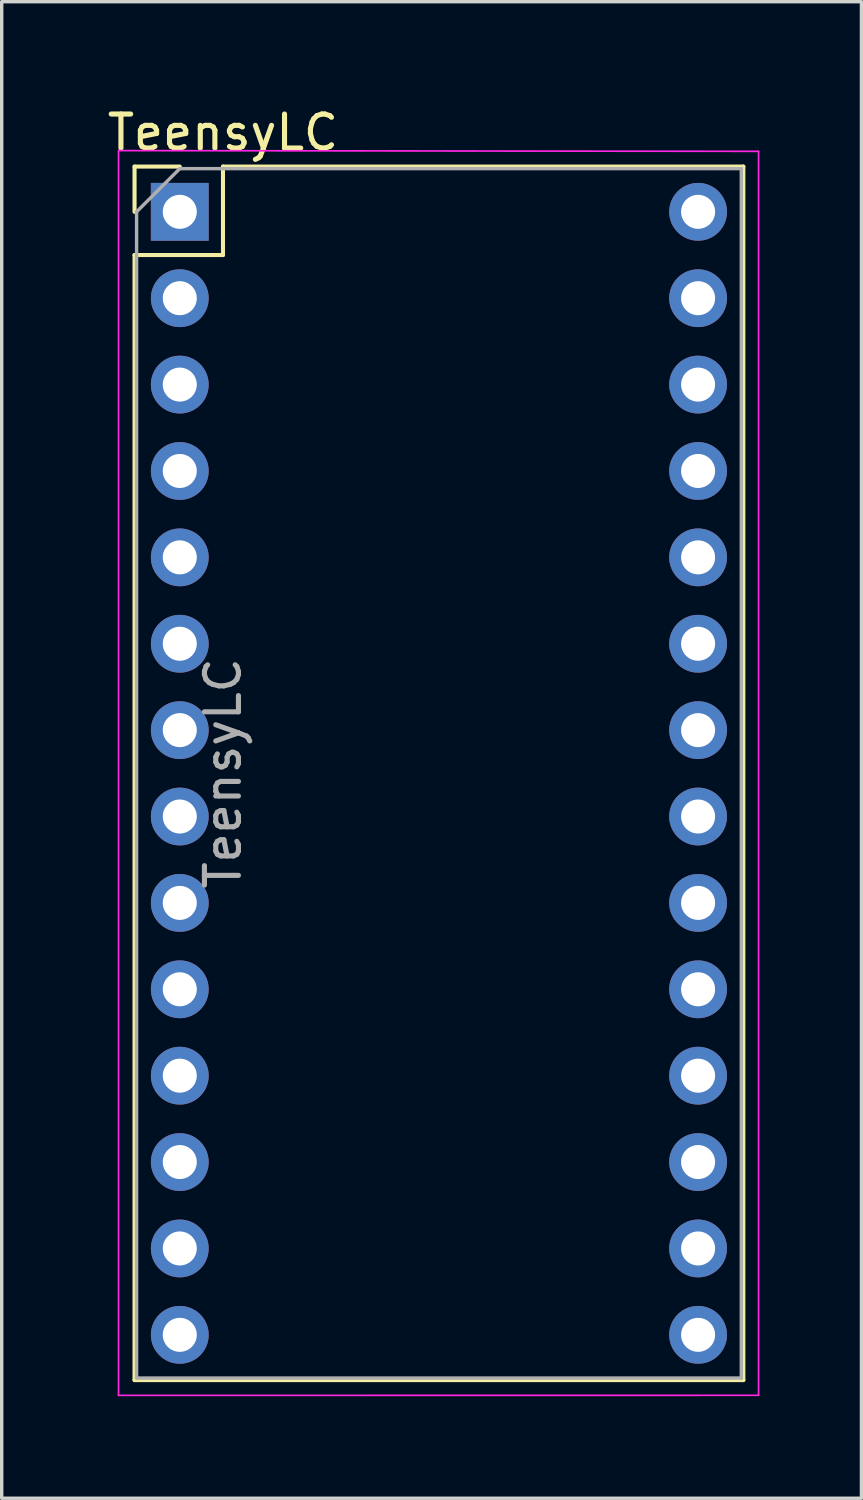
<source format=kicad_pcb>
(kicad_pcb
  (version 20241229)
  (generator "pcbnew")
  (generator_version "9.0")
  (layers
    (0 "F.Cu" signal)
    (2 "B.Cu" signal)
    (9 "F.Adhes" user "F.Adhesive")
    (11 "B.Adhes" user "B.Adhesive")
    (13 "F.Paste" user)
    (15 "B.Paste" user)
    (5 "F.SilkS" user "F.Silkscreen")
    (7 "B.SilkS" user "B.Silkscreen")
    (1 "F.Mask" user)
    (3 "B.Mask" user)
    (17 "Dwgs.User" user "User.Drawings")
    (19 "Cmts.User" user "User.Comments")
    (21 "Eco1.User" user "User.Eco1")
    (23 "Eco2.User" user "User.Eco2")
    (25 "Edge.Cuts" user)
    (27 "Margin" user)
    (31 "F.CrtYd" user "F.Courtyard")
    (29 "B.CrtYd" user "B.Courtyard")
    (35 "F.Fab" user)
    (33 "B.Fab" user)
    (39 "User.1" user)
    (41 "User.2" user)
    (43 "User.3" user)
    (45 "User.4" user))
  (footprint "TeensyLC"
    (layer "F.Cu")
    (at 2.236 3.178)
    (property "Reference" "TeensyLC" (at 1.27 -2.33 0) (layer "F.SilkS") (effects (font (size 1 1) (thickness 0.15))))
    (attr through_hole)
    (fp_line (start -1.33 -1.33) (end 0 -1.33) (stroke (width 0.12) (type solid)) (layer "F.SilkS"))
    (fp_line (start -1.33 0) (end -1.33 -1.33) (stroke (width 0.12) (type solid)) (layer "F.SilkS"))
    (fp_line (start -1.33 1.27) (end -1.33 34.35) (stroke (width 0.12) (type solid)) (layer "F.SilkS"))
    (fp_line (start -1.33 1.27) (end 1.27 1.27) (stroke (width 0.12) (type solid)) (layer "F.SilkS"))
    (fp_line (start -1.33 34.35) (end 16.57 34.35) (stroke (width 0.12) (type solid)) (layer "F.SilkS"))
    (fp_line (start 1.27 -1.33) (end 16.57 -1.33) (stroke (width 0.12) (type solid)) (layer "F.SilkS"))
    (fp_line (start 1.27 1.27) (end 1.27 -1.33) (stroke (width 0.12) (type solid)) (layer "F.SilkS"))
    (fp_line (start 16.57 -1.33) (end 16.57 34.35) (stroke (width 0.12) (type solid)) (layer "F.SilkS"))
    (fp_line (start -1.8 -1.8) (end -1.8 34.8) (stroke (width 0.05) (type solid)) (layer "F.CrtYd"))
    (fp_line (start -1.8 34.8) (end 17.018 34.798) (stroke (width 0.05) (type solid)) (layer "F.CrtYd"))
    (fp_line (start 17.018 -1.778) (end -1.8 -1.8) (stroke (width 0.05) (type solid)) (layer "F.CrtYd"))
    (fp_line (start 17.018 34.798) (end 17.018 -1.778) (stroke (width 0.05) (type solid)) (layer "F.CrtYd"))
    (fp_line (start -1.27 0) (end 0 -1.27) (stroke (width 0.1) (type solid)) (layer "F.Fab"))
    (fp_line (start -1.27 34.29) (end -1.27 0) (stroke (width 0.1) (type solid)) (layer "F.Fab"))
    (fp_line (start 0 -1.27) (end 16.51 -1.27) (stroke (width 0.1) (type solid)) (layer "F.Fab"))
    (fp_line (start 16.51 -1.27) (end 16.51 34.29) (stroke (width 0.1) (type solid)) (layer "F.Fab"))
    (fp_line (start 16.51 34.29) (end -1.27 34.29) (stroke (width 0.1) (type solid)) (layer "F.Fab"))
    (fp_text user "${REFERENCE}" (at 1.27 16.51 90) (layer "F.Fab") (effects (font (size 1 1) (thickness 0.15))))
    (pad "1" thru_hole rect (at 0 0) (size 1.7 1.7) (drill 1) (layers "*.Cu" "*.Mask"))
    (pad "2" thru_hole oval (at 0 2.54) (size 1.7 1.7) (drill 1) (layers "*.Cu" "*.Mask"))
    (pad "3" thru_hole oval (at 0 5.08) (size 1.7 1.7) (drill 1) (layers "*.Cu" "*.Mask"))
    (pad "4" thru_hole oval (at 0 7.62) (size 1.7 1.7) (drill 1) (layers "*.Cu" "*.Mask"))
    (pad "5" thru_hole oval (at 0 10.16) (size 1.7 1.7) (drill 1) (layers "*.Cu" "*.Mask"))
    (pad "6" thru_hole oval (at 0 12.7) (size 1.7 1.7) (drill 1) (layers "*.Cu" "*.Mask"))
    (pad "7" thru_hole oval (at 0 15.24) (size 1.7 1.7) (drill 1) (layers "*.Cu" "*.Mask"))
    (pad "8" thru_hole oval (at 0 17.78) (size 1.7 1.7) (drill 1) (layers "*.Cu" "*.Mask"))
    (pad "9" thru_hole oval (at 0 20.32) (size 1.7 1.7) (drill 1) (layers "*.Cu" "*.Mask"))
    (pad "10" thru_hole oval (at 0 22.86) (size 1.7 1.7) (drill 1) (layers "*.Cu" "*.Mask"))
    (pad "11" thru_hole oval (at 0 25.4) (size 1.7 1.7) (drill 1) (layers "*.Cu" "*.Mask"))
    (pad "12" thru_hole oval (at 0 27.94) (size 1.7 1.7) (drill 1) (layers "*.Cu" "*.Mask"))
    (pad "13" thru_hole oval (at 0 30.48) (size 1.7 1.7) (drill 1) (layers "*.Cu" "*.Mask"))
    (pad "14" thru_hole oval (at 0 33.02) (size 1.7 1.7) (drill 1) (layers "*.Cu" "*.Mask"))
    (pad "15" thru_hole oval (at 15.24 33.02) (size 1.7 1.7) (drill 1) (layers "*.Cu" "*.Mask"))
    (pad "16" thru_hole oval (at 15.24 30.48) (size 1.7 1.7) (drill 1) (layers "*.Cu" "*.Mask"))
    (pad "17" thru_hole oval (at 15.24 27.94) (size 1.7 1.7) (drill 1) (layers "*.Cu" "*.Mask"))
    (pad "18" thru_hole oval (at 15.24 25.4) (size 1.7 1.7) (drill 1) (layers "*.Cu" "*.Mask"))
    (pad "19" thru_hole oval (at 15.24 22.86) (size 1.7 1.7) (drill 1) (layers "*.Cu" "*.Mask"))
    (pad "20" thru_hole oval (at 15.24 20.32) (size 1.7 1.7) (drill 1) (layers "*.Cu" "*.Mask"))
    (pad "21" thru_hole oval (at 15.24 17.78) (size 1.7 1.7) (drill 1) (layers "*.Cu" "*.Mask"))
    (pad "22" thru_hole oval (at 15.24 15.24) (size 1.7 1.7) (drill 1) (layers "*.Cu" "*.Mask"))
    (pad "23" thru_hole oval (at 15.24 12.7) (size 1.7 1.7) (drill 1) (layers "*.Cu" "*.Mask"))
    (pad "24" thru_hole oval (at 15.24 10.16) (size 1.7 1.7) (drill 1) (layers "*.Cu" "*.Mask"))
    (pad "25" thru_hole oval (at 15.24 7.62) (size 1.7 1.7) (drill 1) (layers "*.Cu" "*.Mask"))
    (pad "26" thru_hole oval (at 15.24 5.08) (size 1.7 1.7) (drill 1) (layers "*.Cu" "*.Mask"))
    (pad "27" thru_hole oval (at 15.24 2.54) (size 1.7 1.7) (drill 1) (layers "*.Cu" "*.Mask"))
    (pad "28" thru_hole oval (at 15.24 0) (size 1.7 1.7) (drill 1) (layers "*.Cu" "*.Mask")))
  (gr_rect
    (start -3 -3)
    (end 22.279 41.003)
    (stroke (width 0.1) (type default))
    (fill no)
    (layer "Edge.Cuts")))
</source>
